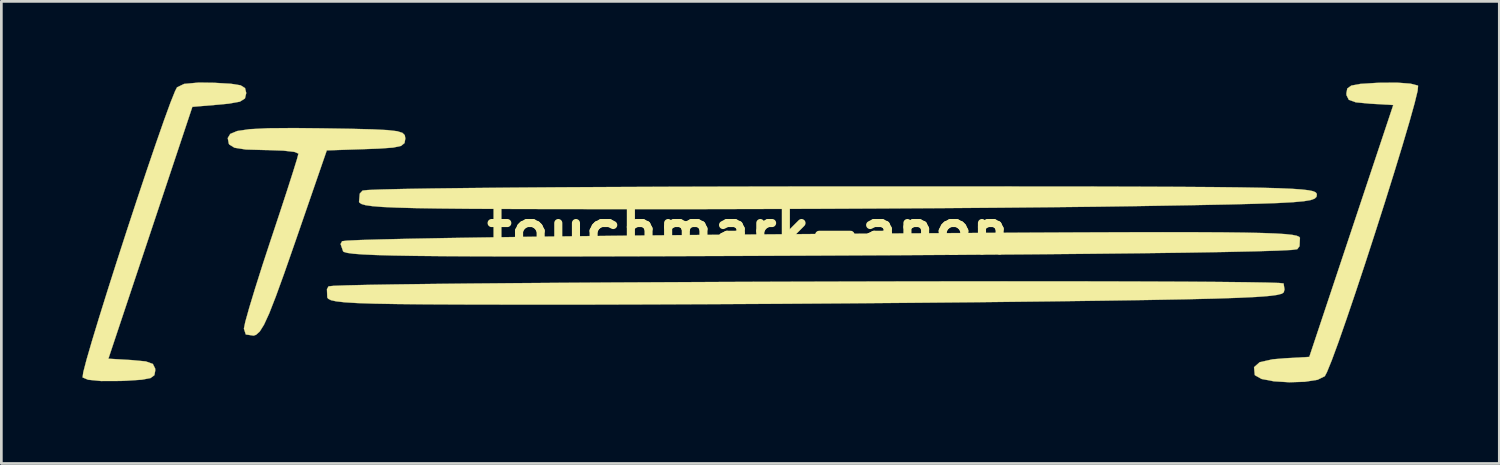
<source format=kicad_pcb>
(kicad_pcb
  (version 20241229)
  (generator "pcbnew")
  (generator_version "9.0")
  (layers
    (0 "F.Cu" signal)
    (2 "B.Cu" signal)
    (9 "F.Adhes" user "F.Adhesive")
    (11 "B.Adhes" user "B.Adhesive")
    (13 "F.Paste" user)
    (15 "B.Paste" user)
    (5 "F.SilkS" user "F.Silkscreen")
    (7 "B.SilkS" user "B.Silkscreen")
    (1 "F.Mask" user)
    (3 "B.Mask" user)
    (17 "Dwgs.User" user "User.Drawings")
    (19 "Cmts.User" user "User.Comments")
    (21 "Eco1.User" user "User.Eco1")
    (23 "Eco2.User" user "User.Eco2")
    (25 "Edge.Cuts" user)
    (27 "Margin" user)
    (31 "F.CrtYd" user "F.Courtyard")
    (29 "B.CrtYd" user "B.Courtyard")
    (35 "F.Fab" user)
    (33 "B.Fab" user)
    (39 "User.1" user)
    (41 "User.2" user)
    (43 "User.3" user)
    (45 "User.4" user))
  (footprint "touchmark-anon"
    (layer "F.Cu")
    (at 24.646 5.529)
    (property "Reference" "touchmark-anon" (at 0 0 0) (layer "F.SilkS") (effects (font (size 1.524 1.524) (thickness 0.3))))
    (attr through_hole)
    (fp_poly (pts (xy 24.489 -5.484) (xy 24.759 -5.415) (xy 24.772 -5.405) (xy 24.755 -5.219) (xy 24.643 -4.76) (xy 24.452 -4.074) (xy 24.196 -3.207) (xy 23.89 -2.205) (xy 23.549 -1.114) (xy 23.186 0.022) (xy 22.818 1.156) (xy 22.458 2.242) (xy 22.121 3.234) (xy 21.823 4.088) (xy 21.577 4.756) (xy 21.398 5.194) (xy 21.32 5.341) (xy 21.054 5.472) (xy 20.581 5.546) (xy 20.007 5.564) (xy 19.438 5.529) (xy 18.98 5.442) (xy 18.737 5.305) (xy 18.728 5.287) (xy 18.703 5.006) (xy 18.912 4.822) (xy 19.392 4.715) (xy 19.835 4.678) (xy 20.747 4.626) (xy 23.854 -4.693) (xy 22.987 -4.744) (xy 22.47 -4.793) (xy 22.209 -4.886) (xy 22.123 -5.058) (xy 22.12 -5.13) (xy 22.153 -5.305) (xy 22.301 -5.412) (xy 22.631 -5.474) (xy 23.214 -5.511) (xy 23.365 -5.517) (xy 23.992 -5.521) (xy 24.489 -5.484)) (stroke (width 0.01) (type solid)) (fill yes) (layer "F.SilkS"))
    (fp_poly (pts (xy -19.781 -5.516) (xy -19.155 -5.48) (xy -18.795 -5.423) (xy -18.63 -5.32) (xy -18.588 -5.149) (xy -18.587 -5.13) (xy -18.633 -4.936) (xy -18.82 -4.818) (xy -19.225 -4.745) (xy -19.583 -4.71) (xy -20.579 -4.626) (xy -22.132 0.034) (xy -23.686 4.693) (xy -22.819 4.744) (xy -22.302 4.793) (xy -22.041 4.886) (xy -21.955 5.058) (xy -21.952 5.13) (xy -21.984 5.303) (xy -22.127 5.409) (xy -22.449 5.47) (xy -23.019 5.507) (xy -23.241 5.516) (xy -23.95 5.519) (xy -24.437 5.471) (xy -24.641 5.385) (xy -24.615 5.193) (xy -24.494 4.728) (xy -24.293 4.037) (xy -24.028 3.166) (xy -23.714 2.16) (xy -23.365 1.066) (xy -22.997 -0.07) (xy -22.624 -1.204) (xy -22.262 -2.288) (xy -21.925 -3.276) (xy -21.629 -4.123) (xy -21.388 -4.784) (xy -21.217 -5.21) (xy -21.146 -5.348) (xy -20.885 -5.474) (xy -20.345 -5.524) (xy -19.781 -5.516)) (stroke (width 0.01) (type solid)) (fill yes) (layer "F.SilkS"))
    (fp_poly (pts (xy -15.79 -3.831) (xy -14.701 -3.813) (xy -13.903 -3.793) (xy -13.351 -3.765) (xy -13 -3.724) (xy -12.805 -3.663) (xy -12.72 -3.578) (xy -12.7 -3.463) (xy -12.7 -3.448) (xy -12.729 -3.285) (xy -12.859 -3.18) (xy -13.155 -3.118) (xy -13.682 -3.081) (xy -14.153 -3.064) (xy -15.605 -3.015) (xy -16.779 0.385) (xy -17.179 1.531) (xy -17.493 2.396) (xy -17.736 3.018) (xy -17.928 3.435) (xy -18.084 3.685) (xy -18.222 3.808) (xy -18.312 3.839) (xy -18.602 3.796) (xy -18.672 3.581) (xy -18.62 3.328) (xy -18.476 2.813) (xy -18.257 2.092) (xy -17.981 1.22) (xy -17.663 0.253) (xy -17.662 0.252) (xy -17.346 -0.7) (xy -17.07 -1.543) (xy -16.852 -2.224) (xy -16.707 -2.692) (xy -16.653 -2.895) (xy -16.653 -2.896) (xy -16.807 -2.96) (xy -17.215 -3.006) (xy -17.794 -3.027) (xy -17.897 -3.028) (xy -18.598 -3.047) (xy -19.02 -3.113) (xy -19.215 -3.234) (xy -19.232 -3.268) (xy -19.269 -3.471) (xy -19.177 -3.624) (xy -18.921 -3.731) (xy -18.465 -3.799) (xy -17.774 -3.834) (xy -16.813 -3.841) (xy -15.79 -3.831)) (stroke (width 0.01) (type solid)) (fill yes) (layer "F.SilkS"))
    (fp_poly (pts (xy 16.526 0.013) (xy 17.529 0.018) (xy 18.345 0.028) (xy 18.994 0.042) (xy 19.493 0.06) (xy 19.861 0.083) (xy 20.117 0.111) (xy 20.281 0.144) (xy 20.37 0.181) (xy 20.401 0.218) (xy 20.386 0.53) (xy 20.302 0.641) (xy 20.102 0.668) (xy 19.578 0.694) (xy 18.744 0.719) (xy 17.613 0.744) (xy 16.196 0.768) (xy 14.507 0.79) (xy 12.559 0.811) (xy 10.364 0.831) (xy 7.937 0.848) (xy 5.288 0.864) (xy 2.646 0.877) (xy -0.215 0.889) (xy -2.758 0.898) (xy -5.001 0.904) (xy -6.961 0.908) (xy -8.657 0.908) (xy -10.106 0.905) (xy -11.326 0.898) (xy -12.335 0.888) (xy -13.152 0.874) (xy -13.794 0.856) (xy -14.278 0.834) (xy -14.624 0.808) (xy -14.849 0.777) (xy -14.971 0.742) (xy -15 0.722) (xy -15.095 0.45) (xy -15.039 0.345) (xy -14.854 0.324) (xy -14.354 0.301) (xy -13.562 0.278) (xy -12.501 0.254) (xy -11.192 0.229) (xy -9.658 0.205) (xy -7.922 0.18) (xy -6.005 0.157) (xy -3.93 0.134) (xy -1.719 0.113) (xy 0.606 0.093) (xy 2.707 0.077) (xy 5.541 0.058) (xy 8.057 0.042) (xy 10.274 0.029) (xy 12.211 0.02) (xy 13.886 0.014) (xy 15.318 0.011) (xy 16.526 0.013)) (stroke (width 0.01) (type solid)) (fill yes) (layer "F.SilkS"))
    (fp_poly (pts (xy 11.303 1.83) (xy 13.076 1.832) (xy 14.7 1.837) (xy 16.147 1.843) (xy 17.391 1.852) (xy 18.405 1.863) (xy 19.162 1.876) (xy 19.634 1.891) (xy 19.795 1.908) (xy 19.83 2.128) (xy 19.802 2.236) (xy 19.732 2.288) (xy 19.551 2.333) (xy 19.234 2.373) (xy 18.757 2.409) (xy 18.095 2.44) (xy 17.225 2.469) (xy 16.123 2.495) (xy 14.765 2.52) (xy 13.125 2.545) (xy 11.182 2.571) (xy 10.487 2.579) (xy 8.376 2.603) (xy 6.058 2.624) (xy 3.614 2.644) (xy 1.124 2.661) (xy -1.329 2.674) (xy -3.664 2.684) (xy -5.8 2.69) (xy -7.112 2.691) (xy -9.022 2.69) (xy -10.623 2.687) (xy -11.941 2.681) (xy -13.005 2.67) (xy -13.84 2.655) (xy -14.475 2.634) (xy -14.937 2.606) (xy -15.252 2.571) (xy -15.448 2.528) (xy -15.552 2.475) (xy -15.587 2.428) (xy -15.599 2.12) (xy -15.54 2.016) (xy -15.357 1.997) (xy -14.864 1.979) (xy -14.089 1.961) (xy -13.059 1.944) (xy -11.8 1.928) (xy -10.34 1.912) (xy -8.705 1.898) (xy -6.923 1.885) (xy -5.02 1.873) (xy -3.024 1.863) (xy -0.961 1.853) (xy 1.142 1.845) (xy 3.257 1.839) (xy 5.357 1.834) (xy 7.416 1.831) (xy 9.407 1.829) (xy 11.303 1.83)) (stroke (width 0.01) (type solid)) (fill yes) (layer "F.SilkS"))
    (fp_poly (pts (xy 8.797 -1.679) (xy 10.992 -1.678) (xy 12.909 -1.676) (xy 14.565 -1.671) (xy 15.979 -1.665) (xy 17.171 -1.657) (xy 18.159 -1.646) (xy 18.963 -1.632) (xy 19.601 -1.615) (xy 20.093 -1.594) (xy 20.457 -1.569) (xy 20.712 -1.54) (xy 20.878 -1.507) (xy 20.973 -1.468) (xy 21.016 -1.424) (xy 21.026 -1.375) (xy 21.026 -1.373) (xy 21.012 -1.295) (xy 20.946 -1.231) (xy 20.8 -1.178) (xy 20.542 -1.134) (xy 20.142 -1.098) (xy 19.569 -1.067) (xy 18.793 -1.041) (xy 17.782 -1.015) (xy 16.507 -0.99) (xy 14.936 -0.963) (xy 14.34 -0.953) (xy 12.917 -0.932) (xy 11.214 -0.913) (xy 9.286 -0.895) (xy 7.188 -0.879) (xy 4.978 -0.866) (xy 2.709 -0.855) (xy 0.439 -0.847) (xy -1.777 -0.842) (xy -3.327 -0.841) (xy -5.532 -0.842) (xy -7.425 -0.844) (xy -9.028 -0.848) (xy -10.367 -0.855) (xy -11.464 -0.866) (xy -12.344 -0.88) (xy -13.03 -0.899) (xy -13.547 -0.922) (xy -13.918 -0.952) (xy -14.167 -0.987) (xy -14.317 -1.03) (xy -14.393 -1.079) (xy -14.412 -1.11) (xy -14.385 -1.415) (xy -14.28 -1.528) (xy -14.082 -1.549) (xy -13.568 -1.569) (xy -12.759 -1.588) (xy -11.677 -1.606) (xy -10.343 -1.622) (xy -8.777 -1.637) (xy -7 -1.65) (xy -5.034 -1.66) (xy -2.899 -1.669) (xy -0.616 -1.675) (xy 1.793 -1.679) (xy 3.49 -1.68) (xy 6.302 -1.68) (xy 8.797 -1.679)) (stroke (width 0.01) (type solid)) (fill yes) (layer "F.SilkS")))
  (gr_rect
    (start -3 -3)
    (end 52.423 14.099)
    (stroke (width 0.1) (type default))
    (fill no)
    (layer "Edge.Cuts")))
</source>
